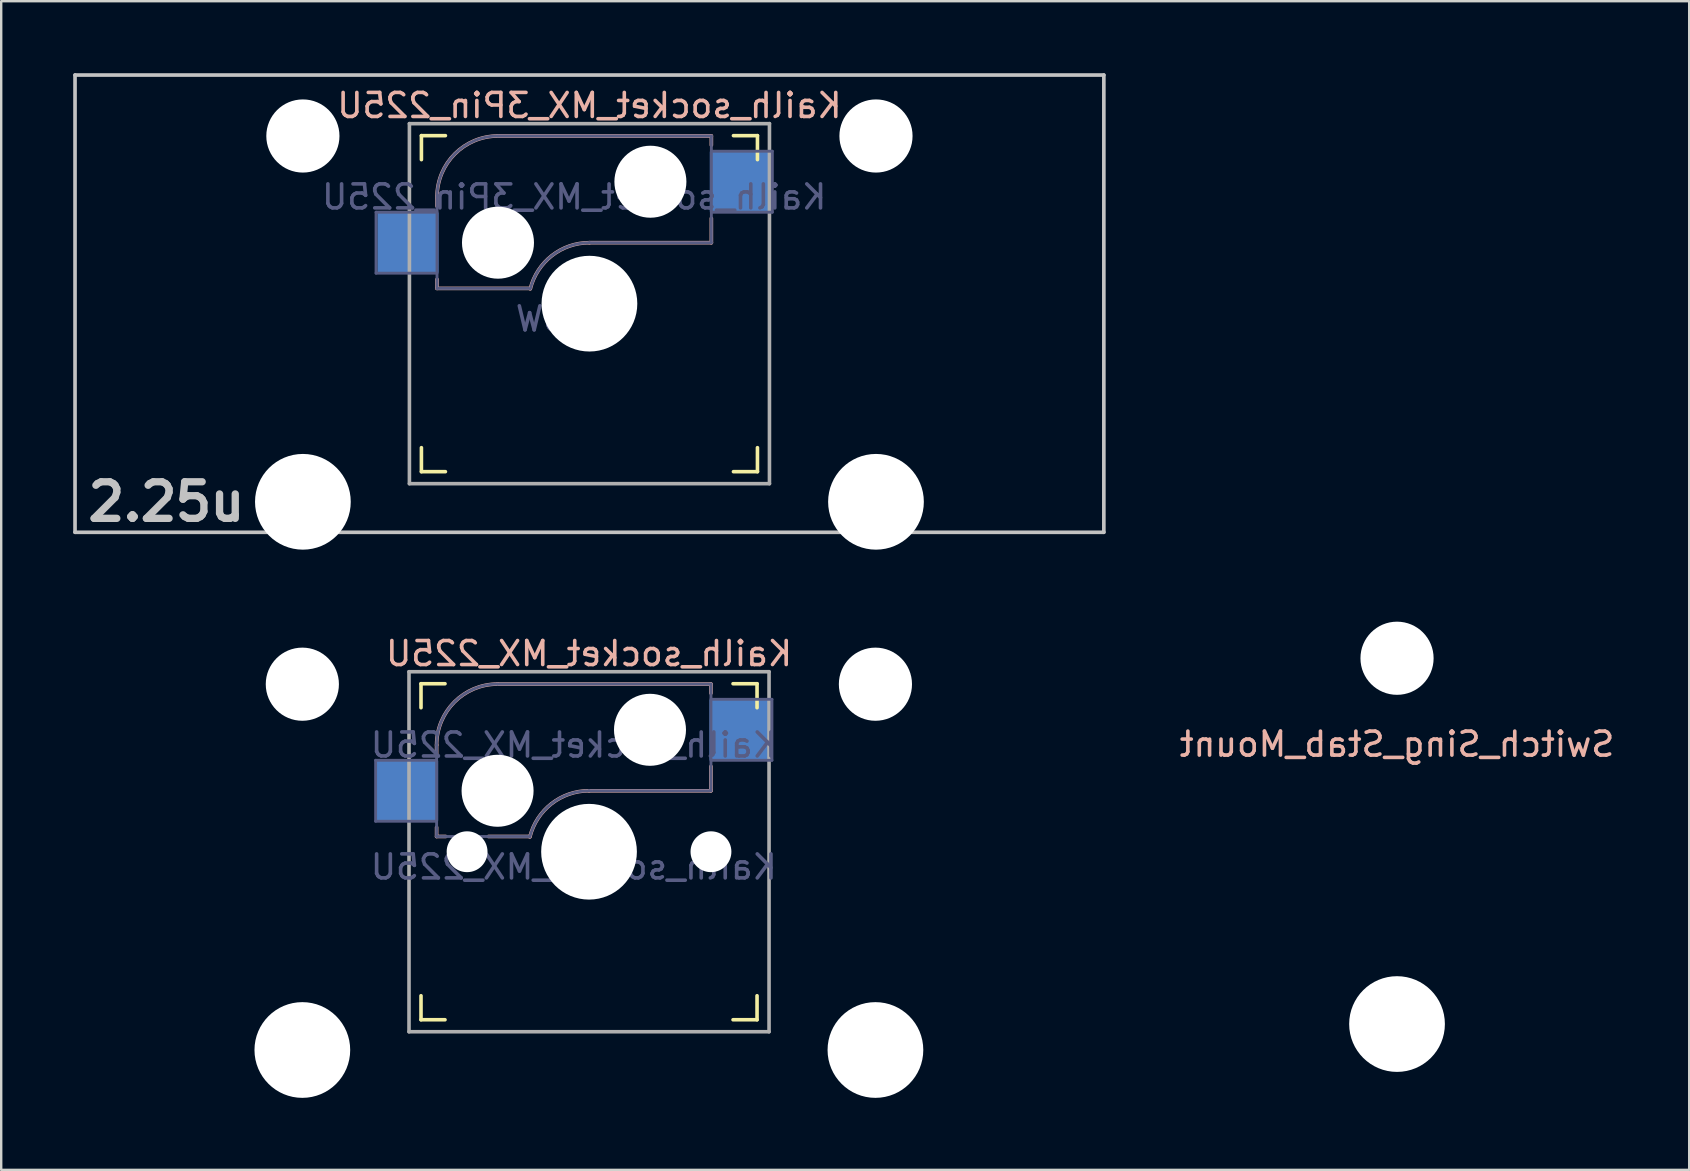
<source format=kicad_pcb>
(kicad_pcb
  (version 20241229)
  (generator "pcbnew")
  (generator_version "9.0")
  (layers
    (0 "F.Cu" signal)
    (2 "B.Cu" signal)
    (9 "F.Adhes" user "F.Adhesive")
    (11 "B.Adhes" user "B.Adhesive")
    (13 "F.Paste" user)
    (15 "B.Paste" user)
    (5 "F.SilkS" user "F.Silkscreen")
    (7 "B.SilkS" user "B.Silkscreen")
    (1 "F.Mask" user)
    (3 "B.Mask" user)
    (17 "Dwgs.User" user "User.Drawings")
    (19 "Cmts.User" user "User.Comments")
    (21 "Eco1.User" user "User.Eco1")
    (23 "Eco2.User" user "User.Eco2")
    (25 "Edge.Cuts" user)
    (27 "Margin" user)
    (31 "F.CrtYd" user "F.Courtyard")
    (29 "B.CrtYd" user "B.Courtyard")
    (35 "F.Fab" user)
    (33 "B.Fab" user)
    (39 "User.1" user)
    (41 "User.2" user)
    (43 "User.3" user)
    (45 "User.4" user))
  (footprint "Kailh_socket_MX_3Pin_225U"
    (layer "F.Cu")
    (at 21.507 9.601)
    (property "Reference" "Kailh_socket_MX_3Pin_225U" (at 0 -8.255 0) (layer "B.SilkS") (effects (font (size 1 1) (thickness 0.15)) (justify mirror)))
    (property "Value" "KEYSW" (at 0 8.255 0) (layer "F.Fab") (hide yes) (effects (font (size 1 1) (thickness 0.15))))
    (attr smd)
    (fp_line (start -7 -6) (end -7 -7) (stroke (width 0.15) (type solid)) (layer "F.SilkS"))
    (fp_line (start -7 7) (end -7 6) (stroke (width 0.15) (type solid)) (layer "F.SilkS"))
    (fp_line (start -7 7) (end -6 7) (stroke (width 0.15) (type solid)) (layer "F.SilkS"))
    (fp_line (start -6 -7) (end -7 -7) (stroke (width 0.15) (type solid)) (layer "F.SilkS"))
    (fp_line (start 6 7) (end 7 7) (stroke (width 0.15) (type solid)) (layer "F.SilkS"))
    (fp_line (start 7 -7) (end 6 -7) (stroke (width 0.15) (type solid)) (layer "F.SilkS"))
    (fp_line (start 7 -7) (end 7 -6) (stroke (width 0.15) (type solid)) (layer "F.SilkS"))
    (fp_line (start 7 6) (end 7 7) (stroke (width 0.15) (type solid)) (layer "F.SilkS"))
    (fp_line (start -6.35 -4.445) (end -6.35 -4.064) (stroke (width 0.15) (type solid)) (layer "B.SilkS"))
    (fp_line (start -6.35 -1.016) (end -6.35 -0.635) (stroke (width 0.15) (type solid)) (layer "B.SilkS"))
    (fp_line (start -3.81 -6.985) (end 5.08 -6.985) (stroke (width 0.15) (type solid)) (layer "B.SilkS"))
    (fp_line (start -2.464 -0.635) (end -6.35 -0.635) (stroke (width 0.15) (type solid)) (layer "B.SilkS"))
    (fp_line (start 5.08 -6.985) (end 5.08 -6.604) (stroke (width 0.15) (type solid)) (layer "B.SilkS"))
    (fp_line (start 5.08 -3.556) (end 5.08 -2.54) (stroke (width 0.15) (type solid)) (layer "B.SilkS"))
    (fp_line (start 5.08 -2.54) (end 0 -2.54) (stroke (width 0.15) (type solid)) (layer "B.SilkS"))
    (fp_arc (start -6.35 -4.445) (mid -5.606051 -6.241051) (end -3.81 -6.985) (stroke (width 0.15) (type solid)) (layer "B.SilkS"))
    (fp_arc (start -2.464162 -0.61604) (mid -1.563147 -2.002042) (end 0 -2.54) (stroke (width 0.15) (type solid)) (layer "B.SilkS"))
    (fp_line (start -21.431 -9.525) (end 21.431 -9.525) (stroke (width 0.152) (type solid)) (layer "Dwgs.User"))
    (fp_line (start -21.431 9.525) (end -21.431 -9.525) (stroke (width 0.152) (type solid)) (layer "Dwgs.User"))
    (fp_line (start 21.431 -9.525) (end 21.431 9.525) (stroke (width 0.152) (type solid)) (layer "Dwgs.User"))
    (fp_line (start 21.431 9.525) (end -21.431 9.525) (stroke (width 0.152) (type solid)) (layer "Dwgs.User"))
    (fp_line (start -6.9 6.9) (end -6.9 -6.9) (stroke (width 0.15) (type solid)) (layer "Eco2.User"))
    (fp_line (start -6.9 6.9) (end 6.9 6.9) (stroke (width 0.15) (type solid)) (layer "Eco2.User"))
    (fp_line (start 6.9 -6.9) (end -6.9 -6.9) (stroke (width 0.15) (type solid)) (layer "Eco2.User"))
    (fp_line (start 6.9 -6.9) (end 6.9 6.9) (stroke (width 0.15) (type solid)) (layer "Eco2.User"))
    (fp_line (start -8.89 -3.81) (end -6.35 -3.81) (stroke (width 0.12) (type solid)) (layer "B.Fab"))
    (fp_line (start -8.89 -1.27) (end -8.89 -3.81) (stroke (width 0.12) (type solid)) (layer "B.Fab"))
    (fp_line (start -6.35 -1.27) (end -8.89 -1.27) (stroke (width 0.12) (type solid)) (layer "B.Fab"))
    (fp_line (start -6.35 -0.635) (end -6.35 -4.445) (stroke (width 0.12) (type solid)) (layer "B.Fab"))
    (fp_line (start -6.35 -0.635) (end -2.54 -0.635) (stroke (width 0.12) (type solid)) (layer "B.Fab"))
    (fp_line (start -3.81 -6.985) (end 5.08 -6.985) (stroke (width 0.12) (type solid)) (layer "B.Fab"))
    (fp_line (start 5.08 -6.985) (end 5.08 -2.54) (stroke (width 0.12) (type solid)) (layer "B.Fab"))
    (fp_line (start 5.08 -6.35) (end 7.62 -6.35) (stroke (width 0.12) (type solid)) (layer "B.Fab"))
    (fp_line (start 5.08 -2.54) (end 0 -2.54) (stroke (width 0.12) (type solid)) (layer "B.Fab"))
    (fp_line (start 7.62 -6.35) (end 7.62 -3.81) (stroke (width 0.12) (type solid)) (layer "B.Fab"))
    (fp_line (start 7.62 -3.81) (end 5.08 -3.81) (stroke (width 0.12) (type solid)) (layer "B.Fab"))
    (fp_arc (start -6.35 -4.445) (mid -5.606051 -6.241051) (end -3.81 -6.985) (stroke (width 0.12) (type solid)) (layer "B.Fab"))
    (fp_arc (start -2.464162 -0.61604) (mid -1.563147 -2.002042) (end 0 -2.54) (stroke (width 0.12) (type solid)) (layer "B.Fab"))
    (fp_line (start -7.5 -7.5) (end 7.5 -7.5) (stroke (width 0.15) (type solid)) (layer "F.Fab"))
    (fp_line (start -7.5 7.5) (end -7.5 -7.5) (stroke (width 0.15) (type solid)) (layer "F.Fab"))
    (fp_line (start 7.5 -7.5) (end 7.5 7.5) (stroke (width 0.15) (type solid)) (layer "F.Fab"))
    (fp_line (start 7.5 7.5) (end -7.5 7.5) (stroke (width 0.15) (type solid)) (layer "F.Fab"))
    (fp_text user "2.25u" (at -17.623 8.255 0) (layer "Dwgs.User") (effects (font (size 1.524 1.524) (thickness 0.305))))
    (fp_text user "${REFERENCE}" (at -0.635 -4.445 0) (layer "B.Fab") (effects (font (size 1 1) (thickness 0.15)) (justify mirror)))
    (fp_text user "${VALUE}" (at -0.635 0.635 0) (layer "B.Fab") (effects (font (size 1 1) (thickness 0.15)) (justify mirror)))
    (pad "" np_thru_hole circle (at -11.938 -6.985) (size 3.048 3.048) (drill 3.048) (layers "*.Cu" "*.Mask"))
    (pad "" np_thru_hole circle (at -11.938 8.255) (size 3.988 3.988) (drill 3.988) (layers "*.Cu" "*.Mask"))
    (pad "" np_thru_hole circle (at -3.81 -2.54) (size 3 3) (drill 3) (layers "*.Cu" "*.Mask"))
    (pad "" np_thru_hole circle (at 0 0) (size 3.988 3.988) (drill 3.988) (layers "*.Cu" "*.Mask"))
    (pad "" np_thru_hole circle (at 2.54 -5.08) (size 3 3) (drill 3) (layers "*.Cu" "*.Mask"))
    (pad "" np_thru_hole circle (at 11.938 -6.985) (size 3.048 3.048) (drill 3.048) (layers "*.Cu" "*.Mask"))
    (pad "" np_thru_hole circle (at 11.938 8.255) (size 3.988 3.988) (drill 3.988) (layers "*.Cu" "*.Mask"))
    (pad "1" smd rect (at 6.29 -5.08) (size 2.55 2.5) (layers "B.Cu" "B.Mask" "B.Paste"))
    (pad "2" smd rect (at -7.56 -2.54) (size 2.55 2.5) (layers "B.Cu" "B.Mask" "B.Paste")))
  (footprint "Switch_Sing_Stab_Mount"
    (layer "F.Cu")
    (at 55.153 31.354)
    (property "Reference" "Switch_Sing_Stab_Mount" (at 0 -3.4 0) (layer "B.SilkS") (effects (font (size 1 1) (thickness 0.15)) (justify mirror)))
    (attr smd)
    (pad "" np_thru_hole circle (at 0 -6.98) (size 3.048 3.048) (drill 3.048) (layers "*.Cu" "*.Mask"))
    (pad "" np_thru_hole circle (at 0 8.26) (size 3.988 3.988) (drill 3.988) (layers "*.Cu" "*.Mask")))
  (footprint "Kailh_socket_MX_225U"
    (layer "F.Cu")
    (at 21.49 32.435)
    (property "Reference" "Kailh_socket_MX_225U" (at 0 -8.255 0) (layer "B.SilkS") (effects (font (size 1 1) (thickness 0.15)) (justify mirror)))
    (property "Value" "Kailh_socket_MX_225U" (at 0 8.255 0) (layer "F.Fab") (hide yes) (effects (font (size 1 1) (thickness 0.15))))
    (attr smd)
    (fp_line (start -7 -6) (end -7 -7) (stroke (width 0.15) (type solid)) (layer "F.SilkS"))
    (fp_line (start -7 7) (end -7 6) (stroke (width 0.15) (type solid)) (layer "F.SilkS"))
    (fp_line (start -7 7) (end -6 7) (stroke (width 0.15) (type solid)) (layer "F.SilkS"))
    (fp_line (start -6 -7) (end -7 -7) (stroke (width 0.15) (type solid)) (layer "F.SilkS"))
    (fp_line (start 6 7) (end 7 7) (stroke (width 0.15) (type solid)) (layer "F.SilkS"))
    (fp_line (start 7 -7) (end 6 -7) (stroke (width 0.15) (type solid)) (layer "F.SilkS"))
    (fp_line (start 7 -7) (end 7 -6) (stroke (width 0.15) (type solid)) (layer "F.SilkS"))
    (fp_line (start 7 6) (end 7 7) (stroke (width 0.15) (type solid)) (layer "F.SilkS"))
    (fp_line (start -6.35 -4.445) (end -6.35 -4.064) (stroke (width 0.15) (type solid)) (layer "B.SilkS"))
    (fp_line (start -6.35 -1.016) (end -6.35 -0.635) (stroke (width 0.15) (type solid)) (layer "B.SilkS"))
    (fp_line (start -5.969 -0.635) (end -6.35 -0.635) (stroke (width 0.15) (type solid)) (layer "B.SilkS"))
    (fp_line (start -3.81 -6.985) (end 5.08 -6.985) (stroke (width 0.15) (type solid)) (layer "B.SilkS"))
    (fp_line (start -2.464 -0.635) (end -4.191 -0.635) (stroke (width 0.15) (type solid)) (layer "B.SilkS"))
    (fp_line (start 5.08 -6.985) (end 5.08 -6.604) (stroke (width 0.15) (type solid)) (layer "B.SilkS"))
    (fp_line (start 5.08 -3.556) (end 5.08 -2.54) (stroke (width 0.15) (type solid)) (layer "B.SilkS"))
    (fp_line (start 5.08 -2.54) (end 0 -2.54) (stroke (width 0.15) (type solid)) (layer "B.SilkS"))
    (fp_arc (start -6.35 -4.445) (mid -5.606051 -6.241051) (end -3.81 -6.985) (stroke (width 0.15) (type solid)) (layer "B.SilkS"))
    (fp_arc (start -2.464162 -0.61604) (mid -1.563147 -2.002042) (end 0 -2.54) (stroke (width 0.15) (type solid)) (layer "B.SilkS"))
    (fp_line (start -6.9 6.9) (end -6.9 -6.9) (stroke (width 0.15) (type solid)) (layer "Eco2.User"))
    (fp_line (start -6.9 6.9) (end 6.9 6.9) (stroke (width 0.15) (type solid)) (layer "Eco2.User"))
    (fp_line (start 6.9 -6.9) (end -6.9 -6.9) (stroke (width 0.15) (type solid)) (layer "Eco2.User"))
    (fp_line (start 6.9 -6.9) (end 6.9 6.9) (stroke (width 0.15) (type solid)) (layer "Eco2.User"))
    (fp_line (start -8.89 -3.81) (end -6.35 -3.81) (stroke (width 0.12) (type solid)) (layer "B.Fab"))
    (fp_line (start -8.89 -1.27) (end -8.89 -3.81) (stroke (width 0.12) (type solid)) (layer "B.Fab"))
    (fp_line (start -6.35 -1.27) (end -8.89 -1.27) (stroke (width 0.12) (type solid)) (layer "B.Fab"))
    (fp_line (start -6.35 -0.635) (end -6.35 -4.445) (stroke (width 0.12) (type solid)) (layer "B.Fab"))
    (fp_line (start -6.35 -0.635) (end -2.54 -0.635) (stroke (width 0.12) (type solid)) (layer "B.Fab"))
    (fp_line (start -3.81 -6.985) (end 5.08 -6.985) (stroke (width 0.12) (type solid)) (layer "B.Fab"))
    (fp_line (start 5.08 -6.985) (end 5.08 -2.54) (stroke (width 0.12) (type solid)) (layer "B.Fab"))
    (fp_line (start 5.08 -6.35) (end 7.62 -6.35) (stroke (width 0.12) (type solid)) (layer "B.Fab"))
    (fp_line (start 5.08 -2.54) (end 0 -2.54) (stroke (width 0.12) (type solid)) (layer "B.Fab"))
    (fp_line (start 7.62 -6.35) (end 7.62 -3.81) (stroke (width 0.12) (type solid)) (layer "B.Fab"))
    (fp_line (start 7.62 -3.81) (end 5.08 -3.81) (stroke (width 0.12) (type solid)) (layer "B.Fab"))
    (fp_arc (start -6.35 -4.445) (mid -5.606051 -6.241051) (end -3.81 -6.985) (stroke (width 0.12) (type solid)) (layer "B.Fab"))
    (fp_arc (start -2.464162 -0.61604) (mid -1.563147 -2.002042) (end 0 -2.54) (stroke (width 0.12) (type solid)) (layer "B.Fab"))
    (fp_line (start -7.5 -7.5) (end 7.5 -7.5) (stroke (width 0.15) (type solid)) (layer "F.Fab"))
    (fp_line (start -7.5 7.5) (end -7.5 -7.5) (stroke (width 0.15) (type solid)) (layer "F.Fab"))
    (fp_line (start 7.5 -7.5) (end 7.5 7.5) (stroke (width 0.15) (type solid)) (layer "F.Fab"))
    (fp_line (start 7.5 7.5) (end -7.5 7.5) (stroke (width 0.15) (type solid)) (layer "F.Fab"))
    (fp_line (start -21.43 -9.525) (end 21.43 -9.525) (stroke (width 0.12) (type solid)) (layer "User.2"))
    (fp_line (start -21.43 9.525) (end -21.43 -9.525) (stroke (width 0.12) (type solid)) (layer "User.2"))
    (fp_line (start -21.43 9.525) (end 21.43 9.525) (stroke (width 0.12) (type solid)) (layer "User.2"))
    (fp_line (start -9.525 -9.525) (end 9.525 -9.525) (stroke (width 0.12) (type solid)) (layer "User.2"))
    (fp_line (start 9.525 9.525) (end -9.525 9.525) (stroke (width 0.12) (type solid)) (layer "User.2"))
    (fp_line (start 21.43 9.525) (end 21.43 -9.525) (stroke (width 0.12) (type solid)) (layer "User.2"))
    (fp_text user "${VALUE}" (at -0.635 0.635 0) (layer "B.Fab") (effects (font (size 1 1) (thickness 0.15)) (justify mirror)))
    (fp_text user "${REFERENCE}" (at -0.635 -4.445 0) (layer "B.Fab") (effects (font (size 1 1) (thickness 0.15)) (justify mirror)))
    (pad "" np_thru_hole circle (at -11.944 -6.98) (size 3.048 3.048) (drill 3.048) (layers "*.Cu" "*.Mask"))
    (pad "" np_thru_hole circle (at -11.944 8.26) (size 3.988 3.988) (drill 3.988) (layers "*.Cu" "*.Mask"))
    (pad "" np_thru_hole circle (at -5.08 0) (size 1.702 1.702) (drill 1.702) (layers "*.Cu" "*.Mask"))
    (pad "" np_thru_hole circle (at -3.81 -2.54) (size 3 3) (drill 3) (layers "*.Cu" "*.Mask"))
    (pad "" np_thru_hole circle (at 0 0) (size 3.988 3.988) (drill 3.988) (layers "*.Cu" "*.Mask"))
    (pad "" np_thru_hole circle (at 2.54 -5.08) (size 3 3) (drill 3) (layers "*.Cu" "*.Mask"))
    (pad "" np_thru_hole circle (at 5.08 0) (size 1.702 1.702) (drill 1.702) (layers "*.Cu" "*.Mask"))
    (pad "" np_thru_hole circle (at 11.932 -6.98) (size 3.048 3.048) (drill 3.048) (layers "*.Cu" "*.Mask"))
    (pad "" np_thru_hole circle (at 11.932 8.26) (size 3.988 3.988) (drill 3.988) (layers "*.Cu" "*.Mask"))
    (pad "1" smd rect (at 6.29 -5.08) (size 2.55 2.5) (layers "B.Cu" "B.Mask" "B.Paste"))
    (pad "2" smd rect (at -7.56 -2.54) (size 2.55 2.5) (layers "B.Cu" "B.Mask" "B.Paste")))
  (gr_rect
    (start -3 -3)
    (end 67.325 45.689)
    (stroke (width 0.1) (type default))
    (fill no)
    (layer "Edge.Cuts")))
</source>
